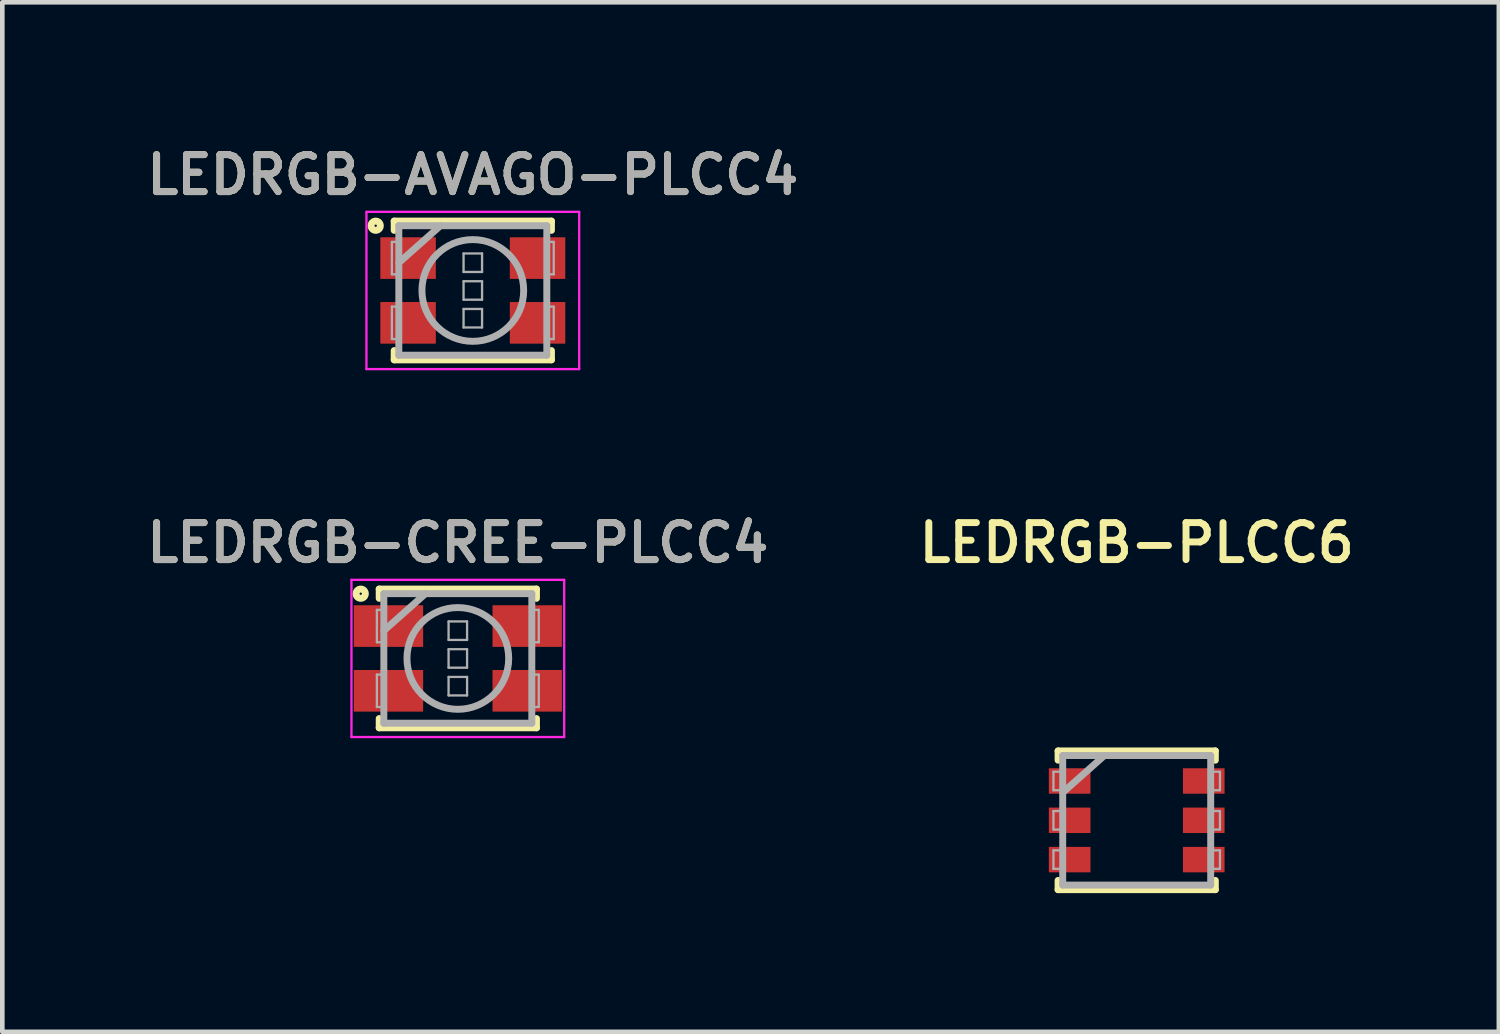
<source format=kicad_pcb>
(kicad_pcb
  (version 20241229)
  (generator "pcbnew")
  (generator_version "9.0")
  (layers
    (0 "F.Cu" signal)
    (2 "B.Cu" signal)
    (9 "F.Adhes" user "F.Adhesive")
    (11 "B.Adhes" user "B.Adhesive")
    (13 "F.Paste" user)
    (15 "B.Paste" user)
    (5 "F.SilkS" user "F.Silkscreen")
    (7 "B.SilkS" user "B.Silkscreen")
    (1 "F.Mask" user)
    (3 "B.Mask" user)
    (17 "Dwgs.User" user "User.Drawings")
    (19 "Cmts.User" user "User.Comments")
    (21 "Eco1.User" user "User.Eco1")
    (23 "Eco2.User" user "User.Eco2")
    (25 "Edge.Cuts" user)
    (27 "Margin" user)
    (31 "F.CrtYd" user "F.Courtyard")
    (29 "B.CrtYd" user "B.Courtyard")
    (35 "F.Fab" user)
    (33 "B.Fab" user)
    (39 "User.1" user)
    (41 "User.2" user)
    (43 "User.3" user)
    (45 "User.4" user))
  (footprint "LEDRGB-CREE-PLCC4"
    (layer "F.Cu")
    (at 6.85 11.188)
    (property "Reference" "LEDRGB-CREE-PLCC4" (at 0 -2.5 0) (layer "F.SilkS") (effects (font (size 0.8 0.8) (thickness 0.15))))
    (attr through_hole)
    (fp_line (start -1.7 -1.5) (end -1.7 -1.3) (stroke (width 0.15) (type solid)) (layer "F.SilkS"))
    (fp_line (start -1.7 -1.5) (end 1.7 -1.5) (stroke (width 0.15) (type solid)) (layer "F.SilkS"))
    (fp_line (start -1.7 1.5) (end -1.7 1.3) (stroke (width 0.15) (type solid)) (layer "F.SilkS"))
    (fp_line (start -1.7 1.5) (end 1.7 1.5) (stroke (width 0.15) (type solid)) (layer "F.SilkS"))
    (fp_line (start 1.7 -1.5) (end 1.7 -1.3) (stroke (width 0.15) (type solid)) (layer "F.SilkS"))
    (fp_line (start 1.7 1.5) (end 1.7 1.3) (stroke (width 0.15) (type solid)) (layer "F.SilkS"))
    (fp_circle (center -2.1 -1.4) (end -2 -1.4) (stroke (width 0.15) (type solid)) (fill no) (layer "F.SilkS"))
    (fp_line (start -2.3 -1.7) (end 2.3 -1.7) (stroke (width 0.05) (type solid)) (layer "F.CrtYd"))
    (fp_line (start -2.3 1.7) (end -2.3 -1.7) (stroke (width 0.05) (type solid)) (layer "F.CrtYd"))
    (fp_line (start 2.3 -1.7) (end 2.3 1.7) (stroke (width 0.05) (type solid)) (layer "F.CrtYd"))
    (fp_line (start 2.3 1.7) (end -2.3 1.7) (stroke (width 0.05) (type solid)) (layer "F.CrtYd"))
    (fp_line (start -1.75 -1.05) (end -1.75 -0.35) (stroke (width 0.05) (type solid)) (layer "F.Fab"))
    (fp_line (start -1.75 -0.35) (end -1.6 -0.35) (stroke (width 0.05) (type solid)) (layer "F.Fab"))
    (fp_line (start -1.75 0.35) (end -1.75 1.05) (stroke (width 0.05) (type solid)) (layer "F.Fab"))
    (fp_line (start -1.75 1.05) (end -1.6 1.05) (stroke (width 0.05) (type solid)) (layer "F.Fab"))
    (fp_line (start -1.6 -1.4) (end 1.6 -1.4) (stroke (width 0.15) (type solid)) (layer "F.Fab"))
    (fp_line (start -1.6 -1.05) (end -1.75 -1.05) (stroke (width 0.05) (type solid)) (layer "F.Fab"))
    (fp_line (start -1.6 -0.6) (end -0.7 -1.4) (stroke (width 0.15) (type solid)) (layer "F.Fab"))
    (fp_line (start -1.6 0.35) (end -1.75 0.35) (stroke (width 0.05) (type solid)) (layer "F.Fab"))
    (fp_line (start -1.6 1.4) (end -1.6 -1.4) (stroke (width 0.15) (type solid)) (layer "F.Fab"))
    (fp_line (start -0.2 -0.8) (end 0.2 -0.8) (stroke (width 0.05) (type solid)) (layer "F.Fab"))
    (fp_line (start -0.2 -0.4) (end -0.2 -0.8) (stroke (width 0.05) (type solid)) (layer "F.Fab"))
    (fp_line (start -0.2 -0.2) (end -0.2 0.2) (stroke (width 0.05) (type solid)) (layer "F.Fab"))
    (fp_line (start -0.2 0.2) (end 0.2 0.2) (stroke (width 0.05) (type solid)) (layer "F.Fab"))
    (fp_line (start -0.2 0.4) (end -0.2 0.8) (stroke (width 0.05) (type solid)) (layer "F.Fab"))
    (fp_line (start -0.2 0.8) (end 0.2 0.8) (stroke (width 0.05) (type solid)) (layer "F.Fab"))
    (fp_line (start 0.2 -0.8) (end 0.2 -0.4) (stroke (width 0.05) (type solid)) (layer "F.Fab"))
    (fp_line (start 0.2 -0.4) (end -0.2 -0.4) (stroke (width 0.05) (type solid)) (layer "F.Fab"))
    (fp_line (start 0.2 -0.2) (end -0.2 -0.2) (stroke (width 0.05) (type solid)) (layer "F.Fab"))
    (fp_line (start 0.2 0.2) (end 0.2 -0.2) (stroke (width 0.05) (type solid)) (layer "F.Fab"))
    (fp_line (start 0.2 0.4) (end -0.2 0.4) (stroke (width 0.05) (type solid)) (layer "F.Fab"))
    (fp_line (start 0.2 0.8) (end 0.2 0.4) (stroke (width 0.05) (type solid)) (layer "F.Fab"))
    (fp_line (start 1.6 -1.4) (end 1.6 1.4) (stroke (width 0.15) (type solid)) (layer "F.Fab"))
    (fp_line (start 1.6 -0.35) (end 1.75 -0.35) (stroke (width 0.05) (type solid)) (layer "F.Fab"))
    (fp_line (start 1.6 0.35) (end 1.75 0.35) (stroke (width 0.05) (type solid)) (layer "F.Fab"))
    (fp_line (start 1.6 1.4) (end -1.6 1.4) (stroke (width 0.15) (type solid)) (layer "F.Fab"))
    (fp_line (start 1.75 -1.05) (end 1.6 -1.05) (stroke (width 0.05) (type solid)) (layer "F.Fab"))
    (fp_line (start 1.75 -0.35) (end 1.75 -1.05) (stroke (width 0.05) (type solid)) (layer "F.Fab"))
    (fp_line (start 1.75 0.35) (end 1.75 1.05) (stroke (width 0.05) (type solid)) (layer "F.Fab"))
    (fp_line (start 1.75 1.05) (end 1.6 1.05) (stroke (width 0.05) (type solid)) (layer "F.Fab"))
    (fp_circle (center 0 0) (end 1.1 0) (stroke (width 0.15) (type solid)) (fill no) (layer "F.Fab"))
    (fp_text user "${REFERENCE}" (at 0 -2.5 0) (layer "F.Fab") (effects (font (size 0.8 0.8) (thickness 0.15))))
    (pad "1" smd rect (at -1.5 -0.7) (size 1.5 0.9) (layers "F.Cu" "F.Mask" "F.Paste"))
    (pad "2" smd rect (at -1.5 0.7) (size 1.5 0.9) (layers "F.Cu" "F.Mask" "F.Paste"))
    (pad "3" smd rect (at 1.5 0.7) (size 1.5 0.9) (layers "F.Cu" "F.Mask" "F.Paste"))
    (pad "4" smd rect (at 1.5 -0.7) (size 1.5 0.9) (layers "F.Cu" "F.Mask" "F.Paste")))
  (footprint "LEDRGB-PLCC6"
    (layer "F.Cu")
    (at 21.53 14.688)
    (property "Reference" "LEDRGB-PLCC6" (at 0 -6 0) (layer "F.SilkS") (effects (font (size 0.8 0.8) (thickness 0.15))))
    (attr through_hole)
    (fp_line (start -1.7 -1.5) (end -1.7 -1.3) (stroke (width 0.15) (type solid)) (layer "F.SilkS"))
    (fp_line (start -1.7 -1.5) (end 1.7 -1.5) (stroke (width 0.15) (type solid)) (layer "F.SilkS"))
    (fp_line (start -1.7 1.5) (end -1.7 1.3) (stroke (width 0.15) (type solid)) (layer "F.SilkS"))
    (fp_line (start -1.7 1.5) (end 1.7 1.5) (stroke (width 0.15) (type solid)) (layer "F.SilkS"))
    (fp_line (start 1.7 -1.5) (end 1.7 -1.3) (stroke (width 0.15) (type solid)) (layer "F.SilkS"))
    (fp_line (start 1.7 1.5) (end 1.7 1.3) (stroke (width 0.15) (type solid)) (layer "F.SilkS"))
    (fp_line (start -1.8 -1.05) (end -1.8 -0.65) (stroke (width 0.05) (type solid)) (layer "F.Fab"))
    (fp_line (start -1.8 -0.65) (end -1.6 -0.65) (stroke (width 0.05) (type solid)) (layer "F.Fab"))
    (fp_line (start -1.8 -0.2) (end -1.8 0.2) (stroke (width 0.05) (type solid)) (layer "F.Fab"))
    (fp_line (start -1.8 0.2) (end -1.6 0.2) (stroke (width 0.05) (type solid)) (layer "F.Fab"))
    (fp_line (start -1.8 0.65) (end -1.8 1.05) (stroke (width 0.05) (type solid)) (layer "F.Fab"))
    (fp_line (start -1.8 1.05) (end -1.6 1.05) (stroke (width 0.05) (type solid)) (layer "F.Fab"))
    (fp_line (start -1.6 -1.4) (end 1.6 -1.4) (stroke (width 0.15) (type solid)) (layer "F.Fab"))
    (fp_line (start -1.6 -1.05) (end -1.8 -1.05) (stroke (width 0.05) (type solid)) (layer "F.Fab"))
    (fp_line (start -1.6 -0.6) (end -0.7 -1.4) (stroke (width 0.15) (type solid)) (layer "F.Fab"))
    (fp_line (start -1.6 -0.2) (end -1.8 -0.2) (stroke (width 0.05) (type solid)) (layer "F.Fab"))
    (fp_line (start -1.6 0.65) (end -1.8 0.65) (stroke (width 0.05) (type solid)) (layer "F.Fab"))
    (fp_line (start -1.6 1.4) (end -1.6 -1.4) (stroke (width 0.15) (type solid)) (layer "F.Fab"))
    (fp_line (start 1.6 -1.4) (end 1.6 1.4) (stroke (width 0.15) (type solid)) (layer "F.Fab"))
    (fp_line (start 1.6 -0.65) (end 1.8 -0.65) (stroke (width 0.05) (type solid)) (layer "F.Fab"))
    (fp_line (start 1.6 -0.2) (end 1.8 -0.2) (stroke (width 0.05) (type solid)) (layer "F.Fab"))
    (fp_line (start 1.6 1.05) (end 1.8 1.05) (stroke (width 0.05) (type solid)) (layer "F.Fab"))
    (fp_line (start 1.6 1.4) (end -1.6 1.4) (stroke (width 0.15) (type solid)) (layer "F.Fab"))
    (fp_line (start 1.8 -1.05) (end 1.6 -1.05) (stroke (width 0.05) (type solid)) (layer "F.Fab"))
    (fp_line (start 1.8 -0.65) (end 1.8 -1.05) (stroke (width 0.05) (type solid)) (layer "F.Fab"))
    (fp_line (start 1.8 -0.2) (end 1.8 0.2) (stroke (width 0.05) (type solid)) (layer "F.Fab"))
    (fp_line (start 1.8 0.2) (end 1.6 0.2) (stroke (width 0.05) (type solid)) (layer "F.Fab"))
    (fp_line (start 1.8 0.65) (end 1.6 0.65) (stroke (width 0.05) (type solid)) (layer "F.Fab"))
    (fp_line (start 1.8 1.05) (end 1.8 0.65) (stroke (width 0.05) (type solid)) (layer "F.Fab"))
    (pad "1" smd rect (at -1.45 -0.85) (size 0.9 0.55) (layers "F.Cu" "F.Mask" "F.Paste"))
    (pad "2" smd rect (at 1.45 -0.85) (size 0.9 0.55) (layers "F.Cu" "F.Mask" "F.Paste"))
    (pad "3" smd rect (at -1.45 0) (size 0.9 0.55) (layers "F.Cu" "F.Mask" "F.Paste"))
    (pad "4" smd rect (at 1.45 0) (size 0.9 0.55) (layers "F.Cu" "F.Mask" "F.Paste"))
    (pad "5" smd rect (at -1.45 0.85) (size 0.9 0.55) (layers "F.Cu" "F.Mask" "F.Paste"))
    (pad "6" smd rect (at 1.45 0.85) (size 0.9 0.55) (layers "F.Cu" "F.Mask" "F.Paste")))
  (footprint "LEDRGB-AVAGO-PLCC4"
    (layer "F.Cu")
    (at 7.174 3.231)
    (property "Reference" "LEDRGB-AVAGO-PLCC4" (at 0 -2.5 0) (layer "F.SilkS") (effects (font (size 0.8 0.8) (thickness 0.15))))
    (attr through_hole)
    (fp_line (start -1.7 -1.5) (end -1.7 -1.3) (stroke (width 0.15) (type solid)) (layer "F.SilkS"))
    (fp_line (start -1.7 -1.5) (end 1.7 -1.5) (stroke (width 0.15) (type solid)) (layer "F.SilkS"))
    (fp_line (start -1.7 1.5) (end -1.7 1.3) (stroke (width 0.15) (type solid)) (layer "F.SilkS"))
    (fp_line (start -1.7 1.5) (end 1.7 1.5) (stroke (width 0.15) (type solid)) (layer "F.SilkS"))
    (fp_line (start 1.7 -1.5) (end 1.7 -1.3) (stroke (width 0.15) (type solid)) (layer "F.SilkS"))
    (fp_line (start 1.7 1.5) (end 1.7 1.3) (stroke (width 0.15) (type solid)) (layer "F.SilkS"))
    (fp_circle (center -2.1 -1.4) (end -2 -1.4) (stroke (width 0.15) (type solid)) (fill no) (layer "F.SilkS"))
    (fp_line (start -2.3 -1.7) (end 2.3 -1.7) (stroke (width 0.05) (type solid)) (layer "F.CrtYd"))
    (fp_line (start -2.3 1.7) (end -2.3 -1.7) (stroke (width 0.05) (type solid)) (layer "F.CrtYd"))
    (fp_line (start 2.3 -1.7) (end 2.3 1.7) (stroke (width 0.05) (type solid)) (layer "F.CrtYd"))
    (fp_line (start 2.3 1.7) (end -2.3 1.7) (stroke (width 0.05) (type solid)) (layer "F.CrtYd"))
    (fp_line (start -1.75 -1.05) (end -1.75 -0.35) (stroke (width 0.05) (type solid)) (layer "F.Fab"))
    (fp_line (start -1.75 -0.35) (end -1.6 -0.35) (stroke (width 0.05) (type solid)) (layer "F.Fab"))
    (fp_line (start -1.75 0.35) (end -1.75 1.05) (stroke (width 0.05) (type solid)) (layer "F.Fab"))
    (fp_line (start -1.75 1.05) (end -1.6 1.05) (stroke (width 0.05) (type solid)) (layer "F.Fab"))
    (fp_line (start -1.6 -1.4) (end 1.6 -1.4) (stroke (width 0.15) (type solid)) (layer "F.Fab"))
    (fp_line (start -1.6 -1.05) (end -1.75 -1.05) (stroke (width 0.05) (type solid)) (layer "F.Fab"))
    (fp_line (start -1.6 -0.6) (end -0.7 -1.4) (stroke (width 0.15) (type solid)) (layer "F.Fab"))
    (fp_line (start -1.6 0.35) (end -1.75 0.35) (stroke (width 0.05) (type solid)) (layer "F.Fab"))
    (fp_line (start -1.6 1.4) (end -1.6 -1.4) (stroke (width 0.15) (type solid)) (layer "F.Fab"))
    (fp_line (start -0.2 -0.8) (end 0.2 -0.8) (stroke (width 0.05) (type solid)) (layer "F.Fab"))
    (fp_line (start -0.2 -0.4) (end -0.2 -0.8) (stroke (width 0.05) (type solid)) (layer "F.Fab"))
    (fp_line (start -0.2 -0.2) (end -0.2 0.2) (stroke (width 0.05) (type solid)) (layer "F.Fab"))
    (fp_line (start -0.2 0.2) (end 0.2 0.2) (stroke (width 0.05) (type solid)) (layer "F.Fab"))
    (fp_line (start -0.2 0.4) (end -0.2 0.8) (stroke (width 0.05) (type solid)) (layer "F.Fab"))
    (fp_line (start -0.2 0.8) (end 0.2 0.8) (stroke (width 0.05) (type solid)) (layer "F.Fab"))
    (fp_line (start 0.2 -0.8) (end 0.2 -0.4) (stroke (width 0.05) (type solid)) (layer "F.Fab"))
    (fp_line (start 0.2 -0.4) (end -0.2 -0.4) (stroke (width 0.05) (type solid)) (layer "F.Fab"))
    (fp_line (start 0.2 -0.2) (end -0.2 -0.2) (stroke (width 0.05) (type solid)) (layer "F.Fab"))
    (fp_line (start 0.2 0.2) (end 0.2 -0.2) (stroke (width 0.05) (type solid)) (layer "F.Fab"))
    (fp_line (start 0.2 0.4) (end -0.2 0.4) (stroke (width 0.05) (type solid)) (layer "F.Fab"))
    (fp_line (start 0.2 0.8) (end 0.2 0.4) (stroke (width 0.05) (type solid)) (layer "F.Fab"))
    (fp_line (start 1.6 -1.4) (end 1.6 1.4) (stroke (width 0.15) (type solid)) (layer "F.Fab"))
    (fp_line (start 1.6 -0.35) (end 1.75 -0.35) (stroke (width 0.05) (type solid)) (layer "F.Fab"))
    (fp_line (start 1.6 0.35) (end 1.75 0.35) (stroke (width 0.05) (type solid)) (layer "F.Fab"))
    (fp_line (start 1.6 1.4) (end -1.6 1.4) (stroke (width 0.15) (type solid)) (layer "F.Fab"))
    (fp_line (start 1.75 -1.05) (end 1.6 -1.05) (stroke (width 0.05) (type solid)) (layer "F.Fab"))
    (fp_line (start 1.75 -0.35) (end 1.75 -1.05) (stroke (width 0.05) (type solid)) (layer "F.Fab"))
    (fp_line (start 1.75 0.35) (end 1.75 1.05) (stroke (width 0.05) (type solid)) (layer "F.Fab"))
    (fp_line (start 1.75 1.05) (end 1.6 1.05) (stroke (width 0.05) (type solid)) (layer "F.Fab"))
    (fp_circle (center 0 0) (end 1.1 0) (stroke (width 0.15) (type solid)) (fill no) (layer "F.Fab"))
    (fp_text user "${REFERENCE}" (at 0 -2.5 0) (layer "F.Fab") (effects (font (size 0.8 0.8) (thickness 0.15))))
    (pad "1" smd rect (at -1.4 -0.7) (size 1.2 0.9) (layers "F.Cu" "F.Mask" "F.Paste"))
    (pad "2" smd rect (at 1.4 -0.7) (size 1.2 0.9) (layers "F.Cu" "F.Mask" "F.Paste"))
    (pad "3" smd rect (at 1.4 0.7) (size 1.2 0.9) (layers "F.Cu" "F.Mask" "F.Paste"))
    (pad "4" smd rect (at -1.4 0.7) (size 1.2 0.9) (layers "F.Cu" "F.Mask" "F.Paste")))
  (gr_rect
    (start -3 -3)
    (end 29.361 19.262)
    (stroke (width 0.1) (type default))
    (fill no)
    (layer "Edge.Cuts")))
</source>
